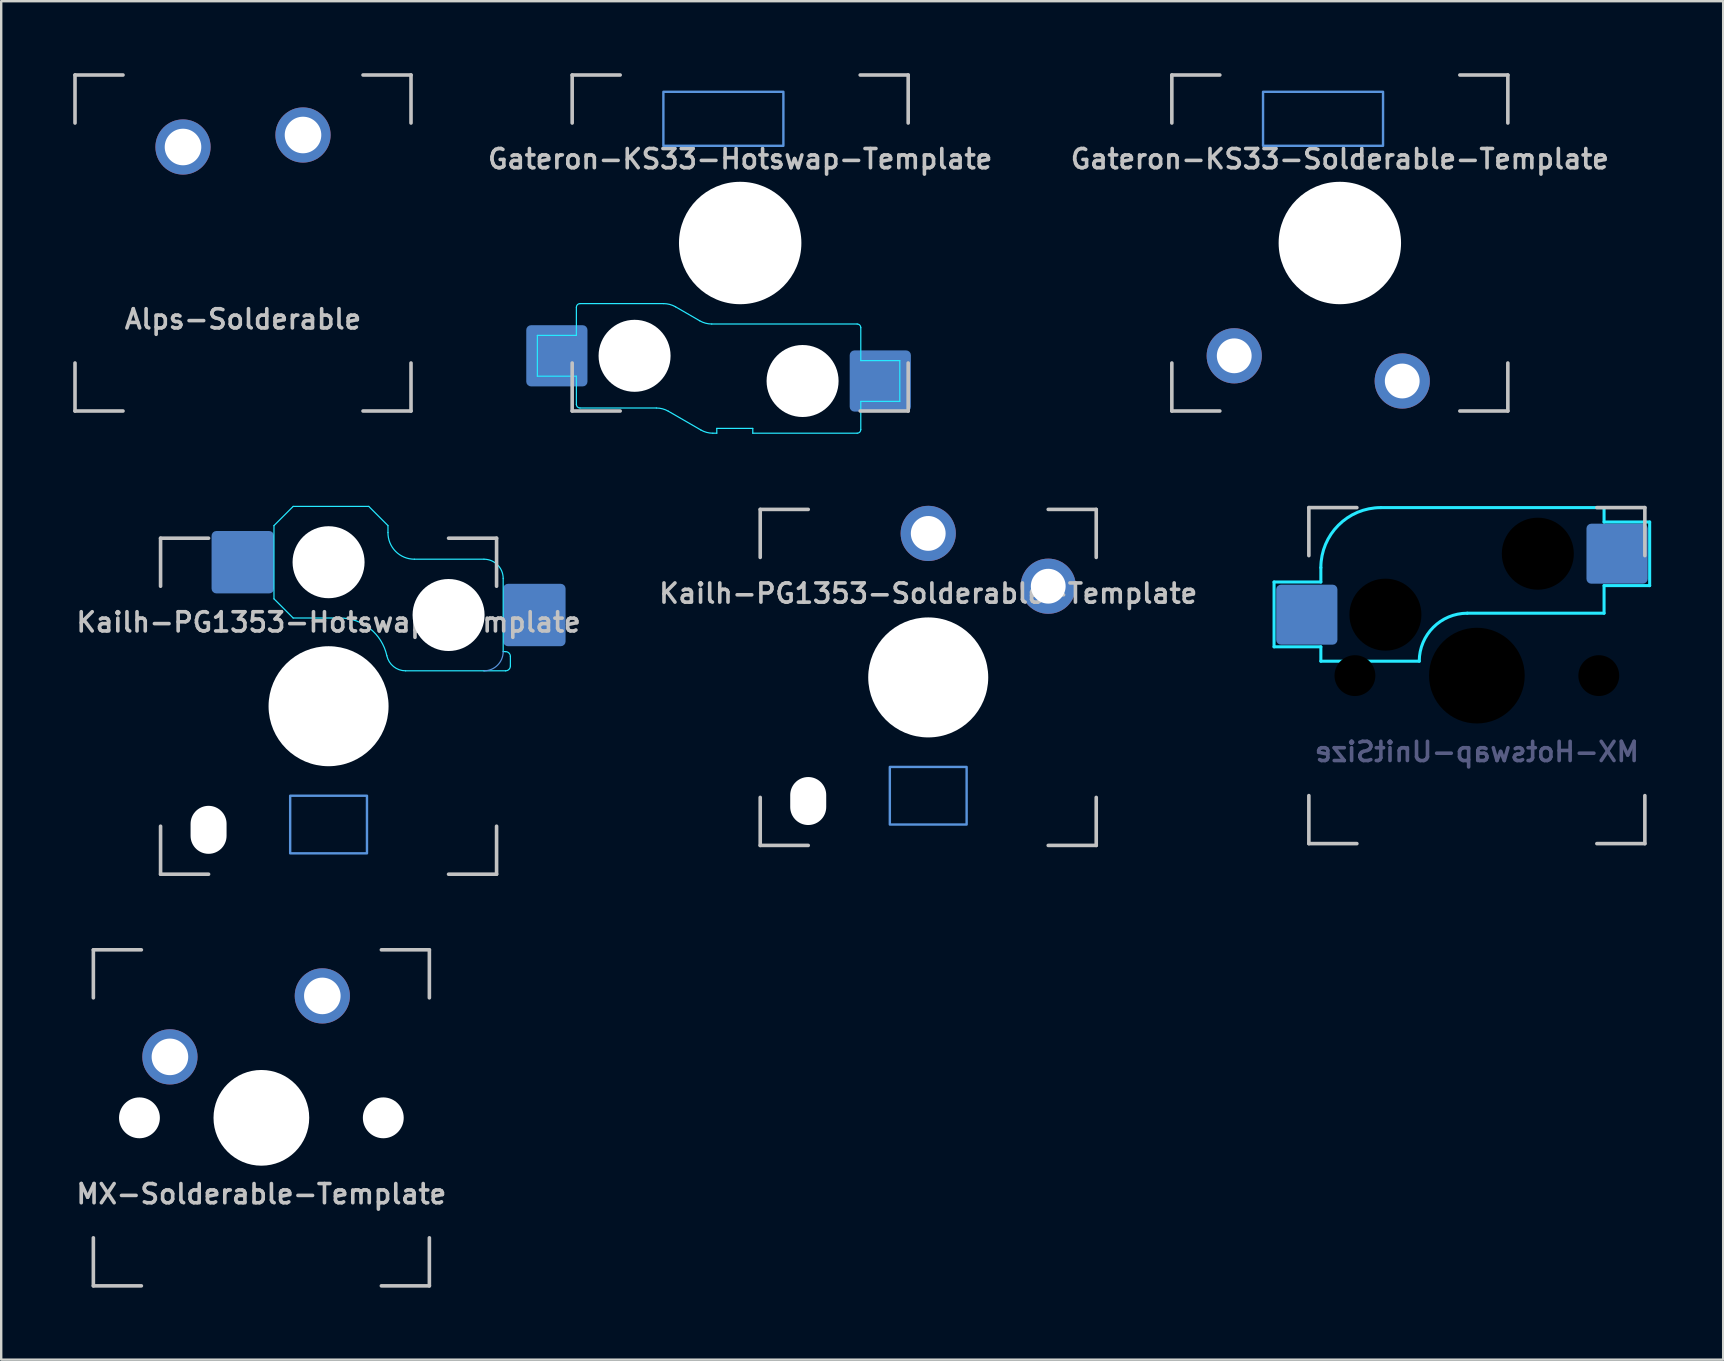
<source format=kicad_pcb>
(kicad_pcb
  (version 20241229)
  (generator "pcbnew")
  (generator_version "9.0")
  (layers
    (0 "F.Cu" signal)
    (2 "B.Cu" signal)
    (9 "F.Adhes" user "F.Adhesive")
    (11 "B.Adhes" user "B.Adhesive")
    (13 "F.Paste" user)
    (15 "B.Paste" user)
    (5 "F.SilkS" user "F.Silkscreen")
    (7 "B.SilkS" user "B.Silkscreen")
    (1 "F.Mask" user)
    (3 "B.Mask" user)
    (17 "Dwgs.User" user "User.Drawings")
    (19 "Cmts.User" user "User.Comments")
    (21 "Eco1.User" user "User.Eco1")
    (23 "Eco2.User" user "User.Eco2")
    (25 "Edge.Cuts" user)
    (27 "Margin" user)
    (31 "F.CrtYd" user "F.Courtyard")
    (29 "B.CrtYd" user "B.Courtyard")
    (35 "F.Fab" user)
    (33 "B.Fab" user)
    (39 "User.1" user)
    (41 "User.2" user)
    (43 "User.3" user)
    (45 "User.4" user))
  (footprint "Kailh-PG1353-Hotswap-Template"
    (layer "F.Cu")
    (at 10.64 26.375)
    (property "Reference" "Kailh-PG1353-Hotswap-Template" (at 0 -3.5 0) (layer "Dwgs.User") (effects (font (size 0.8 0.8) (thickness 0.15))))
    (attr smd)
    (fp_line (start -7 -7) (end -7 -5) (stroke (width 0.15) (type solid)) (layer "Dwgs.User"))
    (fp_line (start -7 5) (end -7 7) (stroke (width 0.15) (type solid)) (layer "Dwgs.User"))
    (fp_line (start -7 7) (end -5 7) (stroke (width 0.15) (type solid)) (layer "Dwgs.User"))
    (fp_line (start -5 -7) (end -7 -7) (stroke (width 0.15) (type solid)) (layer "Dwgs.User"))
    (fp_line (start 5 -7) (end 7 -7) (stroke (width 0.15) (type solid)) (layer "Dwgs.User"))
    (fp_line (start 5 7) (end 7 7) (stroke (width 0.15) (type solid)) (layer "Dwgs.User"))
    (fp_line (start 7 -7) (end 7 -5) (stroke (width 0.15) (type solid)) (layer "Dwgs.User"))
    (fp_line (start 7 7) (end 7 5) (stroke (width 0.15) (type solid)) (layer "Dwgs.User"))
    (fp_rect (start -1.6 3.73) (end 1.6 6.13) (stroke (width 0.1) (type default)) (fill no) (layer "Cmts.User"))
    (fp_arc (start 7.275 -2.274988) (mid 7.040687 -1.709304) (end 6.475 -1.475) (stroke (width 0.05) (type default)) (layer "Cmts.User"))
    (fp_line (start -2.275 -7.525) (end -2.275 -4.475) (stroke (width 0.05) (type default)) (layer "B.CrtYd"))
    (fp_line (start -2.275 -4.475) (end -1.475 -3.675) (stroke (width 0.05) (type default)) (layer "B.CrtYd"))
    (fp_line (start -1.475 -8.325) (end -2.275 -7.525) (stroke (width 0.05) (type default)) (layer "B.CrtYd"))
    (fp_line (start -1.475 -3.675) (end 0.475 -3.675) (stroke (width 0.05) (type default)) (layer "B.CrtYd"))
    (fp_line (start 1.675 -8.325) (end -1.475 -8.325) (stroke (width 0.05) (type default)) (layer "B.CrtYd"))
    (fp_line (start 2.475 -7.525) (end 1.675 -8.325) (stroke (width 0.05) (type default)) (layer "B.CrtYd"))
    (fp_line (start 2.475 -7.236) (end 2.475 -7.525) (stroke (width 0.05) (type default)) (layer "B.CrtYd"))
    (fp_line (start 3.21 -1.475) (end 6.475 -1.475) (stroke (width 0.05) (type default)) (layer "B.CrtYd"))
    (fp_line (start 6.475 -6.125) (end 3.575 -6.125) (stroke (width 0.05) (type default)) (layer "B.CrtYd"))
    (fp_line (start 7.275 -2.275) (end 7.375 -2.275) (stroke (width 0.05) (type default)) (layer "B.CrtYd"))
    (fp_line (start 7.275 -2.275) (end 7.275 -5.325) (stroke (width 0.05) (type default)) (layer "B.CrtYd"))
    (fp_line (start 7.375 -1.475) (end 6.475 -1.475) (stroke (width 0.05) (type default)) (layer "B.CrtYd"))
    (fp_line (start 7.575 -2.075) (end 7.575 -1.675) (stroke (width 0.05) (type default)) (layer "B.CrtYd"))
    (fp_arc (start 0.474999 -3.675) (mid 1.728566 -3.233387) (end 2.428542 -2.103571) (stroke (width 0.05) (type default)) (layer "B.CrtYd"))
    (fp_arc (start 3.209929 -1.475) (mid 2.708508 -1.651644) (end 2.428542 -2.103571) (stroke (width 0.05) (type default)) (layer "B.CrtYd"))
    (fp_arc (start 3.575029 -6.125) (mid 2.793161 -6.451276) (end 2.475 -7.236481) (stroke (width 0.05) (type default)) (layer "B.CrtYd"))
    (fp_arc (start 6.475029 -6.125) (mid 7.040683 -5.89068) (end 7.275 -5.325) (stroke (width 0.05) (type default)) (layer "B.CrtYd"))
    (fp_arc (start 7.375029 -2.275) (mid 7.516419 -2.216416) (end 7.575 -2.075) (stroke (width 0.05) (type default)) (layer "B.CrtYd"))
    (fp_arc (start 7.575 -1.674988) (mid 7.51642 -1.533577) (end 7.375 -1.475) (stroke (width 0.05) (type default)) (layer "B.CrtYd"))
    (pad "" np_thru_hole oval (at -5 5.15 180) (size 1.5 2) (drill oval 1.5 2) (layers "*.Cu" "*.Mask"))
    (pad "" np_thru_hole circle (at 0 -6 180) (size 3 3) (drill 3) (layers "*.Cu" "*.Mask"))
    (pad "" np_thru_hole circle (at 0 0 180) (size 5 5) (drill 5.1) (layers "*.Cu" "*.Mask"))
    (pad "" np_thru_hole circle (at 5 -3.8 180) (size 3 3) (drill 3) (layers "*.Cu" "*.Mask"))
    (pad "1" smd roundrect (at 8.575 -3.8 180) (size 2.6 2.6) (layers "B.Cu" "B.Mask" "B.Paste") (roundrect_rratio 0.077))
    (pad "2" smd roundrect (at -3.575 -6 180) (size 2.6 2.6) (layers "B.Cu" "B.Mask" "B.Paste") (roundrect_rratio 0.077)))
  (footprint "MX-Solderable-Template"
    (layer "F.Cu")
    (at 7.84 43.525)
    (property "Reference" "MX-Solderable-Template" (at 0 3.175 0) (layer "Dwgs.User") (effects (font (size 0.8 0.8) (thickness 0.15))))
    (attr through_hole)
    (fp_line (start -7 -7) (end -7 -5) (stroke (width 0.15) (type solid)) (layer "Dwgs.User"))
    (fp_line (start -7 5) (end -7 7) (stroke (width 0.15) (type solid)) (layer "Dwgs.User"))
    (fp_line (start -7 7) (end -5 7) (stroke (width 0.15) (type solid)) (layer "Dwgs.User"))
    (fp_line (start -5 -7) (end -7 -7) (stroke (width 0.15) (type solid)) (layer "Dwgs.User"))
    (fp_line (start 5 -7) (end 7 -7) (stroke (width 0.15) (type solid)) (layer "Dwgs.User"))
    (fp_line (start 5 7) (end 7 7) (stroke (width 0.15) (type solid)) (layer "Dwgs.User"))
    (fp_line (start 7 -7) (end 7 -5) (stroke (width 0.15) (type solid)) (layer "Dwgs.User"))
    (fp_line (start 7 7) (end 7 5) (stroke (width 0.15) (type solid)) (layer "Dwgs.User"))
    (pad "" np_thru_hole circle (at -5.08 0 48.099) (size 1.702 1.702) (drill 1.702) (layers "*.Cu" "*.Mask"))
    (pad "" np_thru_hole circle (at 0 0) (size 3.988 3.988) (drill 3.988) (layers "*.Cu" "*.Mask"))
    (pad "" np_thru_hole circle (at 5.08 0 48.099) (size 1.702 1.702) (drill 1.702) (layers "*.Cu" "*.Mask"))
    (pad "1" thru_hole circle (at -3.81 -2.54) (size 2.3 2.3) (drill 1.524) (layers "*.Cu" "B.Mask"))
    (pad "2" thru_hole circle (at 2.54 -5.08) (size 2.3 2.3) (drill 1.524) (layers "*.Cu" "B.Mask")))
  (footprint "Kailh-PG1353-Solderable-Template"
    (layer "F.Cu")
    (at 35.625 25.175)
    (property "Reference" "Kailh-PG1353-Solderable-Template" (at 0 -3.5 0) (layer "Dwgs.User") (effects (font (size 0.8 0.8) (thickness 0.15))))
    (attr through_hole)
    (fp_line (start -7 -7) (end -7 -5) (stroke (width 0.15) (type solid)) (layer "Dwgs.User"))
    (fp_line (start -7 5) (end -7 7) (stroke (width 0.15) (type solid)) (layer "Dwgs.User"))
    (fp_line (start -7 7) (end -5 7) (stroke (width 0.15) (type solid)) (layer "Dwgs.User"))
    (fp_line (start -5 -7) (end -7 -7) (stroke (width 0.15) (type solid)) (layer "Dwgs.User"))
    (fp_line (start 5 -7) (end 7 -7) (stroke (width 0.15) (type solid)) (layer "Dwgs.User"))
    (fp_line (start 5 7) (end 7 7) (stroke (width 0.15) (type solid)) (layer "Dwgs.User"))
    (fp_line (start 7 -7) (end 7 -5) (stroke (width 0.15) (type solid)) (layer "Dwgs.User"))
    (fp_line (start 7 7) (end 7 5) (stroke (width 0.15) (type solid)) (layer "Dwgs.User"))
    (fp_rect (start -1.6 3.73) (end 1.6 6.13) (stroke (width 0.1) (type default)) (fill no) (layer "Cmts.User"))
    (pad "" np_thru_hole oval (at -5 5.15 180) (size 1.5 2) (drill oval 1.5 2) (layers "*.Cu" "*.Mask"))
    (pad "" np_thru_hole circle (at 0 0 180) (size 5 5) (drill 5.1) (layers "*.Cu" "*.Mask"))
    (pad "1" thru_hole circle (at 5 -3.8 180) (size 2.3 2.3) (drill 1.45) (layers "*.Cu" "B.Mask"))
    (pad "2" thru_hole circle (at 0 -6 180) (size 2.3 2.3) (drill 1.45) (layers "*.Cu" "B.Mask")))
  (footprint "Gateron-KS33-Solderable-Template"
    (layer "F.Cu")
    (at 52.775 7.075)
    (property "Reference" "Gateron-KS33-Solderable-Template" (at 0 -3.5 0) (layer "Dwgs.User") (effects (font (size 0.8 0.8) (thickness 0.15))))
    (attr through_hole)
    (fp_line (start -7 -7) (end -7 -5) (stroke (width 0.15) (type solid)) (layer "Dwgs.User"))
    (fp_line (start -7 5) (end -7 7) (stroke (width 0.15) (type solid)) (layer "Dwgs.User"))
    (fp_line (start -7 7) (end -5 7) (stroke (width 0.15) (type solid)) (layer "Dwgs.User"))
    (fp_line (start -5 -7) (end -7 -7) (stroke (width 0.15) (type solid)) (layer "Dwgs.User"))
    (fp_line (start 5 -7) (end 7 -7) (stroke (width 0.15) (type solid)) (layer "Dwgs.User"))
    (fp_line (start 5 7) (end 7 7) (stroke (width 0.15) (type solid)) (layer "Dwgs.User"))
    (fp_line (start 7 -7) (end 7 -5) (stroke (width 0.15) (type solid)) (layer "Dwgs.User"))
    (fp_line (start 7 7) (end 7 5) (stroke (width 0.15) (type solid)) (layer "Dwgs.User"))
    (fp_rect (start -3.2 -6.3) (end 1.8 -4.05) (stroke (width 0.1) (type default)) (fill no) (layer "Cmts.User"))
    (pad "" np_thru_hole circle (at 0 0 180) (size 5.1 5.1) (drill 5.1) (layers "*.Cu" "*.Mask"))
    (pad "1" thru_hole circle (at -4.4 4.7 180) (size 2.3 2.3) (drill 1.45) (layers "*.Cu" "B.Mask"))
    (pad "2" thru_hole circle (at 2.6 5.75 180) (size 2.3 2.3) (drill 1.45) (layers "*.Cu" "B.Mask")))
  (footprint "MX-Hotswap-UnitSize"
    (layer "F.Cu")
    (at 58.484 25.1)
    (property "Reference" "MX-Hotswap-UnitSize" (at 0 3.175 0) (layer "B.Fab") (effects (font (size 0.8 0.8) (thickness 0.15)) (justify mirror)))
    (attr smd)
    (fp_line (start -7 -7) (end -7 -5) (stroke (width 0.15) (type solid)) (layer "Dwgs.User"))
    (fp_line (start -7 5) (end -7 7) (stroke (width 0.15) (type solid)) (layer "Dwgs.User"))
    (fp_line (start -7 7) (end -5 7) (stroke (width 0.15) (type solid)) (layer "Dwgs.User"))
    (fp_line (start -5 -7) (end -7 -7) (stroke (width 0.15) (type solid)) (layer "Dwgs.User"))
    (fp_line (start 5 -7) (end 7 -7) (stroke (width 0.15) (type solid)) (layer "Dwgs.User"))
    (fp_line (start 5 7) (end 7 7) (stroke (width 0.15) (type solid)) (layer "Dwgs.User"))
    (fp_line (start 7 -7) (end 7 -5) (stroke (width 0.15) (type solid)) (layer "Dwgs.User"))
    (fp_line (start 7 7) (end 7 5) (stroke (width 0.15) (type solid)) (layer "Dwgs.User"))
    (fp_line (start -8.45 -3.9) (end -8.45 -1.2) (stroke (width 0.127) (type solid)) (layer "B.CrtYd"))
    (fp_line (start -8.45 -1.2) (end -6.5 -1.2) (stroke (width 0.127) (type solid)) (layer "B.CrtYd"))
    (fp_line (start -6.5 -4.5) (end -6.5 -3.9) (stroke (width 0.127) (type solid)) (layer "B.CrtYd"))
    (fp_line (start -6.5 -3.9) (end -8.45 -3.9) (stroke (width 0.127) (type solid)) (layer "B.CrtYd"))
    (fp_line (start -6.5 -0.6) (end -6.5 -1.2) (stroke (width 0.127) (type solid)) (layer "B.CrtYd"))
    (fp_line (start -6.5 -0.6) (end -2.4 -0.6) (stroke (width 0.127) (type solid)) (layer "B.CrtYd"))
    (fp_line (start -0.4 -2.6) (end 5.3 -2.6) (stroke (width 0.127) (type solid)) (layer "B.CrtYd"))
    (fp_line (start 5.3 -7) (end -4 -7) (stroke (width 0.127) (type solid)) (layer "B.CrtYd"))
    (fp_line (start 5.3 -7) (end 5.3 -6.4) (stroke (width 0.127) (type solid)) (layer "B.CrtYd"))
    (fp_line (start 5.3 -6.4) (end 7.2 -6.4) (stroke (width 0.127) (type solid)) (layer "B.CrtYd"))
    (fp_line (start 5.3 -2.6) (end 5.3 -3.75) (stroke (width 0.127) (type solid)) (layer "B.CrtYd"))
    (fp_line (start 7.2 -6.4) (end 7.2 -3.75) (stroke (width 0.127) (type solid)) (layer "B.CrtYd"))
    (fp_line (start 7.2 -3.75) (end 5.3 -3.75) (stroke (width 0.127) (type solid)) (layer "B.CrtYd"))
    (fp_arc (start -6.5 -4.5) (mid -5.767767 -6.267767) (end -4 -7) (stroke (width 0.127) (type solid)) (layer "B.CrtYd"))
    (fp_arc (start -2.4 -0.6) (mid -1.814214 -2.014214) (end -0.4 -2.6) (stroke (width 0.127) (type solid)) (layer "B.CrtYd"))
    (pad "" np_thru_hole circle (at -5.08 0 48.099) (size 1.702 1.702) (drill 1.702) (layers "*.Mask"))
    (pad "" np_thru_hole circle (at -3.81 -2.54) (size 3 3) (drill 3) (layers "*.Mask"))
    (pad "" np_thru_hole circle (at 0 0) (size 3.988 3.988) (drill 3.988) (layers "*.Mask"))
    (pad "" np_thru_hole circle (at 2.54 -5.08) (size 3 3) (drill 3) (layers "*.Mask"))
    (pad "" np_thru_hole circle (at 5.08 0 48.099) (size 1.702 1.702) (drill 1.702) (layers "*.Mask"))
    (pad "1" smd roundrect (at -7.085 -2.54) (size 2.55 2.5) (layers "B.Cu" "B.Mask" "B.Paste") (roundrect_rratio 0.08))
    (pad "2" smd roundrect (at 5.842 -5.08) (size 2.55 2.5) (layers "B.Cu" "B.Mask" "B.Paste") (roundrect_rratio 0.08)))
  (footprint "Gateron-KS33-Hotswap-Template"
    (layer "F.Cu")
    (at 27.79 7.075)
    (property "Reference" "Gateron-KS33-Hotswap-Template" (at 0 -3.5 0) (layer "Dwgs.User") (effects (font (size 0.8 0.8) (thickness 0.15))))
    (attr smd)
    (fp_line (start -7 -7) (end -7 -5) (stroke (width 0.15) (type solid)) (layer "Dwgs.User"))
    (fp_line (start -7 5) (end -7 7) (stroke (width 0.15) (type solid)) (layer "Dwgs.User"))
    (fp_line (start -7 7) (end -5 7) (stroke (width 0.15) (type solid)) (layer "Dwgs.User"))
    (fp_line (start -5 -7) (end -7 -7) (stroke (width 0.15) (type solid)) (layer "Dwgs.User"))
    (fp_line (start 5 -7) (end 7 -7) (stroke (width 0.15) (type solid)) (layer "Dwgs.User"))
    (fp_line (start 5 7) (end 7 7) (stroke (width 0.15) (type solid)) (layer "Dwgs.User"))
    (fp_line (start 7 -7) (end 7 -5) (stroke (width 0.15) (type solid)) (layer "Dwgs.User"))
    (fp_line (start 7 7) (end 7 5) (stroke (width 0.15) (type solid)) (layer "Dwgs.User"))
    (fp_rect (start -3.2 -6.3) (end 1.8 -4.05) (stroke (width 0.1) (type default)) (fill no) (layer "Cmts.User"))
    (fp_line (start -8.45 3.85) (end -8.45 5.55) (stroke (width 0.05) (type solid)) (layer "B.CrtYd"))
    (fp_line (start -8.45 5.55) (end -6.825 5.55) (stroke (width 0.05) (type solid)) (layer "B.CrtYd"))
    (fp_line (start -6.825 2.675) (end -6.825 3.85) (stroke (width 0.05) (type solid)) (layer "B.CrtYd"))
    (fp_line (start -6.825 3.85) (end -8.45 3.85) (stroke (width 0.05) (type solid)) (layer "B.CrtYd"))
    (fp_line (start -6.825 5.55) (end -6.825 6.725) (stroke (width 0.05) (type solid)) (layer "B.CrtYd"))
    (fp_line (start -6.675 6.875) (end -3.493 6.875) (stroke (width 0.05) (type solid)) (layer "B.CrtYd"))
    (fp_line (start -3.193 2.525) (end -6.675 2.525) (stroke (width 0.05) (type solid)) (layer "B.CrtYd"))
    (fp_line (start -2.993 7.009) (end -1.638 7.791) (stroke (width 0.05) (type solid)) (layer "B.CrtYd"))
    (fp_line (start -1.685 3.241) (end -2.693 2.659) (stroke (width 0.05) (type solid)) (layer "B.CrtYd"))
    (fp_line (start -1.138 7.925) (end -0.975 7.925) (stroke (width 0.05) (type solid)) (layer "B.CrtYd"))
    (fp_line (start -0.975 7.725) (end 0.525 7.725) (stroke (width 0.05) (type solid)) (layer "B.CrtYd"))
    (fp_line (start -0.975 7.925) (end -0.975 7.725) (stroke (width 0.05) (type solid)) (layer "B.CrtYd"))
    (fp_line (start 0.525 7.725) (end 0.525 7.925) (stroke (width 0.05) (type solid)) (layer "B.CrtYd"))
    (fp_line (start 0.525 7.925) (end 4.875 7.925) (stroke (width 0.05) (type solid)) (layer "B.CrtYd"))
    (fp_line (start 4.875 3.375) (end -1.185 3.375) (stroke (width 0.05) (type solid)) (layer "B.CrtYd"))
    (fp_line (start 5.025 4.9) (end 5.025 3.525) (stroke (width 0.05) (type solid)) (layer "B.CrtYd"))
    (fp_line (start 5.025 6.6) (end 6.65 6.6) (stroke (width 0.05) (type solid)) (layer "B.CrtYd"))
    (fp_line (start 5.025 7.775) (end 5.025 6.6) (stroke (width 0.05) (type solid)) (layer "B.CrtYd"))
    (fp_line (start 6.65 4.9) (end 5.025 4.9) (stroke (width 0.05) (type solid)) (layer "B.CrtYd"))
    (fp_line (start 6.65 6.6) (end 6.65 4.9) (stroke (width 0.05) (type solid)) (layer "B.CrtYd"))
    (fp_arc (start -6.825 2.675) (mid -6.781066 2.568934) (end -6.675 2.525) (stroke (width 0.05) (type solid)) (layer "B.CrtYd"))
    (fp_arc (start -6.675 6.875) (mid -6.781066 6.831066) (end -6.825 6.725) (stroke (width 0.05) (type solid)) (layer "B.CrtYd"))
    (fp_arc (start -3.492949 6.875) (mid -3.23413 6.909074) (end -2.992949 7.008975) (stroke (width 0.05) (type solid)) (layer "B.CrtYd"))
    (fp_arc (start -3.192949 2.525) (mid -2.93413 2.559074) (end -2.692949 2.658975) (stroke (width 0.05) (type solid)) (layer "B.CrtYd"))
    (fp_arc (start -1.184808 3.375) (mid -1.443627 3.340926) (end -1.684808 3.241025) (stroke (width 0.05) (type solid)) (layer "B.CrtYd"))
    (fp_arc (start -1.138397 7.925) (mid -1.397216 7.890926) (end -1.638397 7.791025) (stroke (width 0.05) (type solid)) (layer "B.CrtYd"))
    (fp_arc (start 4.875 3.375) (mid 4.981066 3.418934) (end 5.025 3.525) (stroke (width 0.05) (type solid)) (layer "B.CrtYd"))
    (fp_arc (start 5.025 7.775) (mid 4.981066 7.881066) (end 4.875 7.925) (stroke (width 0.05) (type solid)) (layer "B.CrtYd"))
    (pad "" np_thru_hole circle (at -4.4 4.7 180) (size 3 3) (drill 3) (layers "*.Cu" "*.Mask"))
    (pad "" np_thru_hole circle (at 0 0 180) (size 5.1 5.1) (drill 5.1) (layers "*.Cu" "*.Mask"))
    (pad "" np_thru_hole circle (at 2.6 5.75 180) (size 3 3) (drill 3) (layers "*.Cu" "*.Mask"))
    (pad "1" smd roundrect (at -7.638 4.7 180) (size 2.55 2.55) (layers "B.Cu" "B.Mask" "B.Paste") (roundrect_rratio 0.078))
    (pad "2" smd roundrect (at 5.838 5.75 180) (size 2.55 2.55) (layers "B.Cu" "B.Mask" "B.Paste") (roundrect_rratio 0.078)))
  (footprint "Alps-Solderable"
    (layer "F.Cu")
    (at 7.075 7.075)
    (property "Reference" "Alps-Solderable" (at 0 3.175 0) (layer "Dwgs.User") (effects (font (size 0.8 0.8) (thickness 0.15))))
    (attr through_hole)
    (fp_line (start -7 -7) (end -7 -5) (stroke (width 0.15) (type solid)) (layer "Dwgs.User"))
    (fp_line (start -7 5) (end -7 7) (stroke (width 0.15) (type solid)) (layer "Dwgs.User"))
    (fp_line (start -7 7) (end -5 7) (stroke (width 0.15) (type solid)) (layer "Dwgs.User"))
    (fp_line (start -5 -7) (end -7 -7) (stroke (width 0.15) (type solid)) (layer "Dwgs.User"))
    (fp_line (start 5 -7) (end 7 -7) (stroke (width 0.15) (type solid)) (layer "Dwgs.User"))
    (fp_line (start 5 7) (end 7 7) (stroke (width 0.15) (type solid)) (layer "Dwgs.User"))
    (fp_line (start 7 -7) (end 7 -5) (stroke (width 0.15) (type solid)) (layer "Dwgs.User"))
    (fp_line (start 7 7) (end 7 5) (stroke (width 0.15) (type solid)) (layer "Dwgs.User"))
    (pad "1" thru_hole circle (at -2.5 -4) (size 2.3 2.3) (drill 1.524) (layers "*.Cu" "B.Mask"))
    (pad "2" thru_hole circle (at 2.5 -4.5) (size 2.3 2.3) (drill 1.524) (layers "*.Cu" "B.Mask")))
  (gr_rect
    (start -3 -3)
    (end 68.747 53.6)
    (stroke (width 0.1) (type default))
    (fill no)
    (layer "Edge.Cuts")))
</source>
